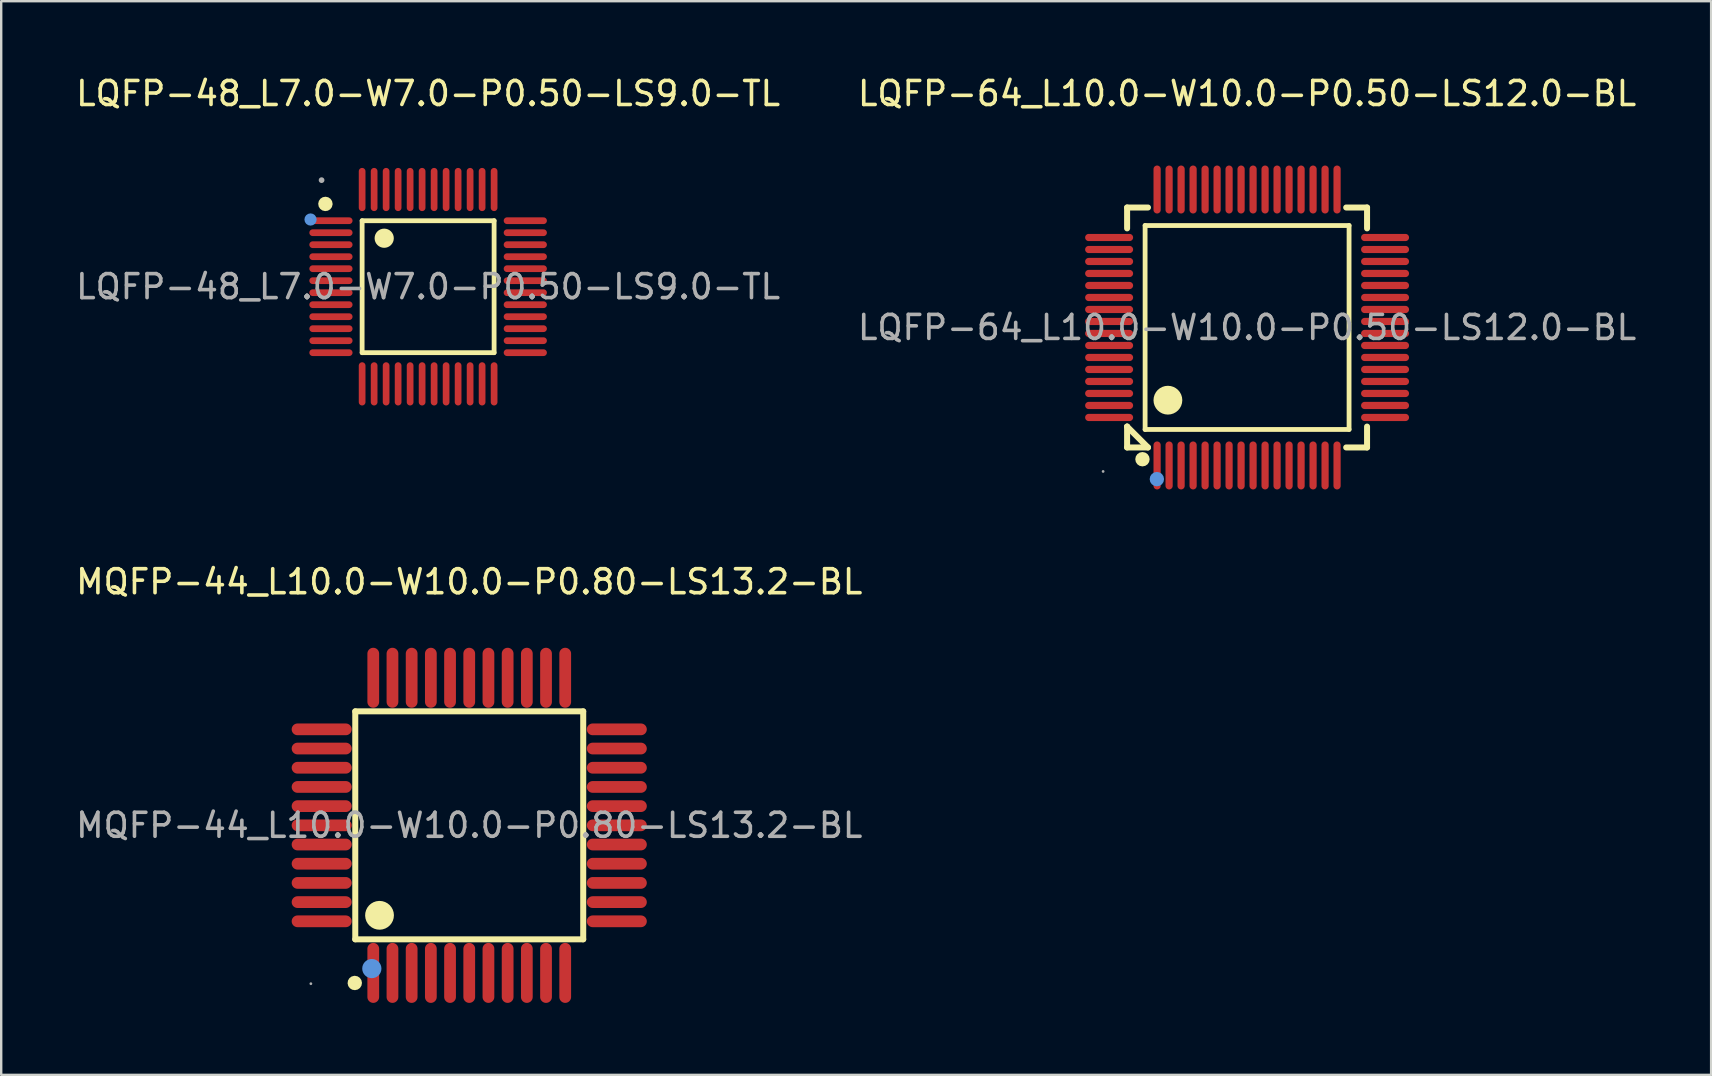
<source format=kicad_pcb>
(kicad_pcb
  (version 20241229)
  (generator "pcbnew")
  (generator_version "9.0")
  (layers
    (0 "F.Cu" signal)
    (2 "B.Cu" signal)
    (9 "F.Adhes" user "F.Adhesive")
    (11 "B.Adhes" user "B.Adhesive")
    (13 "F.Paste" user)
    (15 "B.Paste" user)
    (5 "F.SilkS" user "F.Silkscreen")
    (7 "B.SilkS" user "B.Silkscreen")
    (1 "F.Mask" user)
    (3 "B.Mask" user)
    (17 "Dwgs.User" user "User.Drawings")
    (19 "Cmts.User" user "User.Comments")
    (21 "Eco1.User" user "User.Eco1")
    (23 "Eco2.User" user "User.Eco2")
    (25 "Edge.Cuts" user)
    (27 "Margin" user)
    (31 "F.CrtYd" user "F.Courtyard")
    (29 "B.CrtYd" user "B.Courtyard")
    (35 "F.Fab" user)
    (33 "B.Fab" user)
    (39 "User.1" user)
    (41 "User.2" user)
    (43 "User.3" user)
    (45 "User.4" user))
  (footprint "MQFP-44_L10.0-W10.0-P0.80-LS13.2-BL"
    (layer "F.Cu")
    (at 16.506 31.346)
    (property "Reference" "MQFP-44_L10.0-W10.0-P0.80-LS13.2-BL" (at 0 -10.15 0) (layer "F.SilkS") (effects (font (size 1 1) (thickness 0.15))))
    (attr through_hole)
    (fp_line (start -4.75 -4.75) (end 4.75 -4.75) (stroke (width 0.25) (type solid)) (layer "F.SilkS"))
    (fp_line (start -4.75 4.75) (end -4.75 -4.75) (stroke (width 0.25) (type solid)) (layer "F.SilkS"))
    (fp_line (start 4.75 -4.75) (end 4.75 4.75) (stroke (width 0.25) (type solid)) (layer "F.SilkS"))
    (fp_line (start 4.75 4.75) (end -4.75 4.75) (stroke (width 0.25) (type solid)) (layer "F.SilkS"))
    (fp_arc (start -4.77 6.42) (mid -4.765001 6.719917) (end -4.779993 6.420333) (stroke (width 0.3) (type solid)) (layer "F.SilkS"))
    (fp_arc (start -3.74 3.45) (mid -3.735 4.049958) (end -3.749999 3.450167) (stroke (width 0.6) (type solid)) (layer "F.SilkS"))
    (fp_circle (center -4.06 5.97) (end -3.86 5.97) (stroke (width 0.4) (type solid)) (fill no) (layer "Cmts.User"))
    (fp_circle (center -6.6 6.6) (end -6.57 6.6) (stroke (width 0.06) (type solid)) (fill no) (layer "F.Fab"))
    (fp_text user "${REFERENCE}" (at 0 0 0) (layer "F.Fab") (effects (font (size 1 1) (thickness 0.15))))
    (pad "1" smd oval (at -4 6.15) (size 0.49 2.5) (layers "F.Cu" "F.Mask" "F.Paste"))
    (pad "2" smd oval (at -3.2 6.15) (size 0.49 2.5) (layers "F.Cu" "F.Mask" "F.Paste"))
    (pad "3" smd oval (at -2.4 6.15) (size 0.49 2.5) (layers "F.Cu" "F.Mask" "F.Paste"))
    (pad "4" smd oval (at -1.6 6.15) (size 0.49 2.5) (layers "F.Cu" "F.Mask" "F.Paste"))
    (pad "5" smd oval (at -0.8 6.15) (size 0.49 2.5) (layers "F.Cu" "F.Mask" "F.Paste"))
    (pad "6" smd oval (at 0 6.15) (size 0.49 2.5) (layers "F.Cu" "F.Mask" "F.Paste"))
    (pad "7" smd oval (at 0.8 6.15) (size 0.49 2.5) (layers "F.Cu" "F.Mask" "F.Paste"))
    (pad "8" smd oval (at 1.6 6.15) (size 0.49 2.5) (layers "F.Cu" "F.Mask" "F.Paste"))
    (pad "9" smd oval (at 2.4 6.15) (size 0.49 2.5) (layers "F.Cu" "F.Mask" "F.Paste"))
    (pad "10" smd oval (at 3.2 6.15) (size 0.49 2.5) (layers "F.Cu" "F.Mask" "F.Paste"))
    (pad "11" smd oval (at 4 6.15) (size 0.49 2.5) (layers "F.Cu" "F.Mask" "F.Paste"))
    (pad "12" smd oval (at 6.15 4) (size 2.5 0.49) (layers "F.Cu" "F.Mask" "F.Paste"))
    (pad "13" smd oval (at 6.15 3.2) (size 2.5 0.49) (layers "F.Cu" "F.Mask" "F.Paste"))
    (pad "14" smd oval (at 6.15 2.4) (size 2.5 0.49) (layers "F.Cu" "F.Mask" "F.Paste"))
    (pad "15" smd oval (at 6.15 1.6) (size 2.5 0.49) (layers "F.Cu" "F.Mask" "F.Paste"))
    (pad "16" smd oval (at 6.15 0.8) (size 2.5 0.49) (layers "F.Cu" "F.Mask" "F.Paste"))
    (pad "17" smd oval (at 6.15 0) (size 2.5 0.49) (layers "F.Cu" "F.Mask" "F.Paste"))
    (pad "18" smd oval (at 6.15 -0.8) (size 2.5 0.49) (layers "F.Cu" "F.Mask" "F.Paste"))
    (pad "19" smd oval (at 6.15 -1.6) (size 2.5 0.49) (layers "F.Cu" "F.Mask" "F.Paste"))
    (pad "20" smd oval (at 6.15 -2.4) (size 2.5 0.49) (layers "F.Cu" "F.Mask" "F.Paste"))
    (pad "21" smd oval (at 6.15 -3.2) (size 2.5 0.49) (layers "F.Cu" "F.Mask" "F.Paste"))
    (pad "22" smd oval (at 6.15 -4) (size 2.5 0.49) (layers "F.Cu" "F.Mask" "F.Paste"))
    (pad "23" smd oval (at 4 -6.15) (size 0.49 2.5) (layers "F.Cu" "F.Mask" "F.Paste"))
    (pad "24" smd oval (at 3.2 -6.15) (size 0.49 2.5) (layers "F.Cu" "F.Mask" "F.Paste"))
    (pad "25" smd oval (at 2.4 -6.15) (size 0.49 2.5) (layers "F.Cu" "F.Mask" "F.Paste"))
    (pad "26" smd oval (at 1.6 -6.15) (size 0.49 2.5) (layers "F.Cu" "F.Mask" "F.Paste"))
    (pad "27" smd oval (at 0.8 -6.15) (size 0.49 2.5) (layers "F.Cu" "F.Mask" "F.Paste"))
    (pad "28" smd oval (at 0 -6.15) (size 0.49 2.5) (layers "F.Cu" "F.Mask" "F.Paste"))
    (pad "29" smd oval (at -0.8 -6.15) (size 0.49 2.5) (layers "F.Cu" "F.Mask" "F.Paste"))
    (pad "30" smd oval (at -1.6 -6.15) (size 0.49 2.5) (layers "F.Cu" "F.Mask" "F.Paste"))
    (pad "31" smd oval (at -2.4 -6.15) (size 0.49 2.5) (layers "F.Cu" "F.Mask" "F.Paste"))
    (pad "32" smd oval (at -3.2 -6.15) (size 0.49 2.5) (layers "F.Cu" "F.Mask" "F.Paste"))
    (pad "33" smd oval (at -4 -6.15) (size 0.49 2.5) (layers "F.Cu" "F.Mask" "F.Paste"))
    (pad "34" smd oval (at -6.15 -4) (size 2.5 0.49) (layers "F.Cu" "F.Mask" "F.Paste"))
    (pad "35" smd oval (at -6.15 -3.2) (size 2.5 0.49) (layers "F.Cu" "F.Mask" "F.Paste"))
    (pad "36" smd oval (at -6.15 -2.4) (size 2.5 0.49) (layers "F.Cu" "F.Mask" "F.Paste"))
    (pad "37" smd oval (at -6.15 -1.6) (size 2.5 0.49) (layers "F.Cu" "F.Mask" "F.Paste"))
    (pad "38" smd oval (at -6.15 -0.8) (size 2.5 0.49) (layers "F.Cu" "F.Mask" "F.Paste"))
    (pad "39" smd oval (at -6.15 0) (size 2.5 0.49) (layers "F.Cu" "F.Mask" "F.Paste"))
    (pad "40" smd oval (at -6.15 0.8) (size 2.5 0.49) (layers "F.Cu" "F.Mask" "F.Paste"))
    (pad "41" smd oval (at -6.15 1.6) (size 2.5 0.49) (layers "F.Cu" "F.Mask" "F.Paste"))
    (pad "42" smd oval (at -6.15 2.4) (size 2.5 0.49) (layers "F.Cu" "F.Mask" "F.Paste"))
    (pad "43" smd oval (at -6.15 3.2) (size 2.5 0.49) (layers "F.Cu" "F.Mask" "F.Paste"))
    (pad "44" smd oval (at -6.15 4) (size 2.5 0.49) (layers "F.Cu" "F.Mask" "F.Paste")))
  (footprint "LQFP-48_L7.0-W7.0-P0.50-LS9.0-TL"
    (layer "F.Cu")
    (at 14.792 8.898)
    (property "Reference" "LQFP-48_L7.0-W7.0-P0.50-LS9.0-TL" (at 0 -8.05 0) (layer "F.SilkS") (effects (font (size 1 1) (thickness 0.15))))
    (attr through_hole)
    (fp_line (start -2.75 -2.75) (end 2.75 -2.75) (stroke (width 0.2) (type solid)) (layer "F.SilkS"))
    (fp_line (start -2.75 2.75) (end -2.75 -2.75) (stroke (width 0.2) (type solid)) (layer "F.SilkS"))
    (fp_line (start 2.75 -2.75) (end 2.75 2.75) (stroke (width 0.2) (type solid)) (layer "F.SilkS"))
    (fp_line (start 2.75 2.75) (end -2.75 2.75) (stroke (width 0.2) (type solid)) (layer "F.SilkS"))
    (fp_arc (start -4.13 -3.44) (mid -4.43025 -3.454995) (end -4.129667 -3.450016) (stroke (width 0.3) (type solid)) (layer "F.SilkS"))
    (fp_arc (start -1.83 -2.02) (mid -1.83 -2.02) (end -1.83 -2.02) (stroke (width 0.4) (type solid)) (layer "F.SilkS"))
    (fp_circle (center -4.9 -2.8) (end -4.77 -2.8) (stroke (width 0.25) (type solid)) (fill no) (layer "Cmts.User"))
    (fp_circle (center -4.44 -4.44) (end -4.38 -4.44) (stroke (width 0.12) (type solid)) (fill no) (layer "F.Fab"))
    (fp_text user "${REFERENCE}" (at 0 0 0) (layer "F.Fab") (effects (font (size 1 1) (thickness 0.15))))
    (pad "1" smd oval (at -4.05 -2.75 90) (size 0.28 1.8) (layers "F.Cu" "F.Mask" "F.Paste"))
    (pad "2" smd oval (at -4.05 -2.25 90) (size 0.28 1.8) (layers "F.Cu" "F.Mask" "F.Paste"))
    (pad "3" smd oval (at -4.05 -1.75 90) (size 0.28 1.8) (layers "F.Cu" "F.Mask" "F.Paste"))
    (pad "4" smd oval (at -4.05 -1.25 90) (size 0.28 1.8) (layers "F.Cu" "F.Mask" "F.Paste"))
    (pad "5" smd oval (at -4.05 -0.75 90) (size 0.28 1.8) (layers "F.Cu" "F.Mask" "F.Paste"))
    (pad "6" smd oval (at -4.05 -0.25 90) (size 0.28 1.8) (layers "F.Cu" "F.Mask" "F.Paste"))
    (pad "7" smd oval (at -4.05 0.25 90) (size 0.28 1.8) (layers "F.Cu" "F.Mask" "F.Paste"))
    (pad "8" smd oval (at -4.05 0.75 90) (size 0.28 1.8) (layers "F.Cu" "F.Mask" "F.Paste"))
    (pad "9" smd oval (at -4.05 1.25 90) (size 0.28 1.8) (layers "F.Cu" "F.Mask" "F.Paste"))
    (pad "10" smd oval (at -4.05 1.75 90) (size 0.28 1.8) (layers "F.Cu" "F.Mask" "F.Paste"))
    (pad "11" smd oval (at -4.05 2.25 90) (size 0.28 1.8) (layers "F.Cu" "F.Mask" "F.Paste"))
    (pad "12" smd oval (at -4.05 2.75 90) (size 0.28 1.8) (layers "F.Cu" "F.Mask" "F.Paste"))
    (pad "13" smd oval (at -2.75 4.05) (size 0.28 1.8) (layers "F.Cu" "F.Mask" "F.Paste"))
    (pad "14" smd oval (at -2.25 4.05) (size 0.28 1.8) (layers "F.Cu" "F.Mask" "F.Paste"))
    (pad "15" smd oval (at -1.75 4.05) (size 0.28 1.8) (layers "F.Cu" "F.Mask" "F.Paste"))
    (pad "16" smd oval (at -1.25 4.05) (size 0.28 1.8) (layers "F.Cu" "F.Mask" "F.Paste"))
    (pad "17" smd oval (at -0.75 4.05) (size 0.28 1.8) (layers "F.Cu" "F.Mask" "F.Paste"))
    (pad "18" smd oval (at -0.25 4.05) (size 0.28 1.8) (layers "F.Cu" "F.Mask" "F.Paste"))
    (pad "19" smd oval (at 0.25 4.05) (size 0.28 1.8) (layers "F.Cu" "F.Mask" "F.Paste"))
    (pad "20" smd oval (at 0.75 4.05) (size 0.28 1.8) (layers "F.Cu" "F.Mask" "F.Paste"))
    (pad "21" smd oval (at 1.25 4.05) (size 0.28 1.8) (layers "F.Cu" "F.Mask" "F.Paste"))
    (pad "22" smd oval (at 1.75 4.05) (size 0.28 1.8) (layers "F.Cu" "F.Mask" "F.Paste"))
    (pad "23" smd oval (at 2.25 4.05) (size 0.28 1.8) (layers "F.Cu" "F.Mask" "F.Paste"))
    (pad "24" smd oval (at 2.75 4.05) (size 0.28 1.8) (layers "F.Cu" "F.Mask" "F.Paste"))
    (pad "25" smd oval (at 4.05 2.75 90) (size 0.28 1.8) (layers "F.Cu" "F.Mask" "F.Paste"))
    (pad "26" smd oval (at 4.05 2.25 90) (size 0.28 1.8) (layers "F.Cu" "F.Mask" "F.Paste"))
    (pad "27" smd oval (at 4.05 1.75 90) (size 0.28 1.8) (layers "F.Cu" "F.Mask" "F.Paste"))
    (pad "28" smd oval (at 4.05 1.25 90) (size 0.28 1.8) (layers "F.Cu" "F.Mask" "F.Paste"))
    (pad "29" smd oval (at 4.05 0.75 90) (size 0.28 1.8) (layers "F.Cu" "F.Mask" "F.Paste"))
    (pad "30" smd oval (at 4.05 0.25 90) (size 0.28 1.8) (layers "F.Cu" "F.Mask" "F.Paste"))
    (pad "31" smd oval (at 4.05 -0.25 90) (size 0.28 1.8) (layers "F.Cu" "F.Mask" "F.Paste"))
    (pad "32" smd oval (at 4.05 -0.75 90) (size 0.28 1.8) (layers "F.Cu" "F.Mask" "F.Paste"))
    (pad "33" smd oval (at 4.05 -1.25 90) (size 0.28 1.8) (layers "F.Cu" "F.Mask" "F.Paste"))
    (pad "34" smd oval (at 4.05 -1.75 90) (size 0.28 1.8) (layers "F.Cu" "F.Mask" "F.Paste"))
    (pad "35" smd oval (at 4.05 -2.25 90) (size 0.28 1.8) (layers "F.Cu" "F.Mask" "F.Paste"))
    (pad "36" smd oval (at 4.05 -2.75 90) (size 0.28 1.8) (layers "F.Cu" "F.Mask" "F.Paste"))
    (pad "37" smd oval (at 2.75 -4.05) (size 0.28 1.8) (layers "F.Cu" "F.Mask" "F.Paste"))
    (pad "38" smd oval (at 2.25 -4.05) (size 0.28 1.8) (layers "F.Cu" "F.Mask" "F.Paste"))
    (pad "39" smd oval (at 1.75 -4.05) (size 0.28 1.8) (layers "F.Cu" "F.Mask" "F.Paste"))
    (pad "40" smd oval (at 1.25 -4.05) (size 0.28 1.8) (layers "F.Cu" "F.Mask" "F.Paste"))
    (pad "41" smd oval (at 0.75 -4.05) (size 0.28 1.8) (layers "F.Cu" "F.Mask" "F.Paste"))
    (pad "42" smd oval (at 0.25 -4.05) (size 0.28 1.8) (layers "F.Cu" "F.Mask" "F.Paste"))
    (pad "43" smd oval (at -0.25 -4.05) (size 0.28 1.8) (layers "F.Cu" "F.Mask" "F.Paste"))
    (pad "44" smd oval (at -0.75 -4.05) (size 0.28 1.8) (layers "F.Cu" "F.Mask" "F.Paste"))
    (pad "45" smd oval (at -1.25 -4.05) (size 0.28 1.8) (layers "F.Cu" "F.Mask" "F.Paste"))
    (pad "46" smd oval (at -1.75 -4.05) (size 0.28 1.8) (layers "F.Cu" "F.Mask" "F.Paste"))
    (pad "47" smd oval (at -2.25 -4.05) (size 0.28 1.8) (layers "F.Cu" "F.Mask" "F.Paste"))
    (pad "48" smd oval (at -2.75 -4.05) (size 0.28 1.8) (layers "F.Cu" "F.Mask" "F.Paste")))
  (footprint "LQFP-64_L10.0-W10.0-P0.50-LS12.0-BL"
    (layer "F.Cu")
    (at 48.923 10.598)
    (property "Reference" "LQFP-64_L10.0-W10.0-P0.50-LS12.0-BL" (at 0 -9.75 0) (layer "F.SilkS") (effects (font (size 1 1) (thickness 0.15))))
    (attr through_hole)
    (fp_line (start -5 -5) (end -4.13 -5) (stroke (width 0.25) (type solid)) (layer "F.SilkS"))
    (fp_line (start -5 -4.13) (end -5 -5) (stroke (width 0.25) (type solid)) (layer "F.SilkS"))
    (fp_line (start -5 4.13) (end -5 4.13) (stroke (width 0.25) (type solid)) (layer "F.SilkS"))
    (fp_line (start -5 4.13) (end -4.13 5) (stroke (width 0.25) (type solid)) (layer "F.SilkS"))
    (fp_line (start -5 5) (end -5 4.13) (stroke (width 0.25) (type solid)) (layer "F.SilkS"))
    (fp_line (start -4.25 -4.25) (end -4.25 4.25) (stroke (width 0.2) (type solid)) (layer "F.SilkS"))
    (fp_line (start -4.25 4.25) (end 4.25 4.25) (stroke (width 0.2) (type solid)) (layer "F.SilkS"))
    (fp_line (start -4.13 5) (end -5 5) (stroke (width 0.25) (type solid)) (layer "F.SilkS"))
    (fp_line (start 4.25 -4.25) (end -4.25 -4.25) (stroke (width 0.2) (type solid)) (layer "F.SilkS"))
    (fp_line (start 4.25 4.25) (end 4.25 -4.25) (stroke (width 0.2) (type solid)) (layer "F.SilkS"))
    (fp_line (start 5 -5) (end 4.13 -5) (stroke (width 0.25) (type solid)) (layer "F.SilkS"))
    (fp_line (start 5 -5) (end 5 -4.13) (stroke (width 0.25) (type solid)) (layer "F.SilkS"))
    (fp_line (start 5 4.13) (end 5 5) (stroke (width 0.25) (type solid)) (layer "F.SilkS"))
    (fp_line (start 5 5) (end 4.13 5) (stroke (width 0.25) (type solid)) (layer "F.SilkS"))
    (fp_arc (start -4.36 5.49) (mid -4.36 5.49) (end -4.36 5.49) (stroke (width 0.3) (type solid)) (layer "F.SilkS"))
    (fp_arc (start -3.3 3.03) (mid -3.3 3.03) (end -3.3 3.03) (stroke (width 0.6) (type solid)) (layer "F.SilkS"))
    (fp_circle (center -3.76 6.32) (end -3.61 6.32) (stroke (width 0.3) (type solid)) (fill no) (layer "Cmts.User"))
    (fp_circle (center -6 6) (end -5.97 6) (stroke (width 0.06) (type solid)) (fill no) (layer "F.Fab"))
    (fp_text user "${REFERENCE}" (at 0 0 0) (layer "F.Fab") (effects (font (size 1 1) (thickness 0.15))))
    (pad "1" smd oval (at -3.75 5.75) (size 0.3 2) (layers "F.Cu" "F.Mask" "F.Paste"))
    (pad "2" smd oval (at -3.25 5.75) (size 0.3 2) (layers "F.Cu" "F.Mask" "F.Paste"))
    (pad "3" smd oval (at -2.75 5.75) (size 0.3 2) (layers "F.Cu" "F.Mask" "F.Paste"))
    (pad "4" smd oval (at -2.25 5.75) (size 0.3 2) (layers "F.Cu" "F.Mask" "F.Paste"))
    (pad "5" smd oval (at -1.75 5.75) (size 0.3 2) (layers "F.Cu" "F.Mask" "F.Paste"))
    (pad "6" smd oval (at -1.25 5.75) (size 0.3 2) (layers "F.Cu" "F.Mask" "F.Paste"))
    (pad "7" smd oval (at -0.75 5.75) (size 0.3 2) (layers "F.Cu" "F.Mask" "F.Paste"))
    (pad "8" smd oval (at -0.25 5.75) (size 0.3 2) (layers "F.Cu" "F.Mask" "F.Paste"))
    (pad "9" smd oval (at 0.25 5.75) (size 0.3 2) (layers "F.Cu" "F.Mask" "F.Paste"))
    (pad "10" smd oval (at 0.75 5.75) (size 0.3 2) (layers "F.Cu" "F.Mask" "F.Paste"))
    (pad "11" smd oval (at 1.25 5.75) (size 0.3 2) (layers "F.Cu" "F.Mask" "F.Paste"))
    (pad "12" smd oval (at 1.75 5.75) (size 0.3 2) (layers "F.Cu" "F.Mask" "F.Paste"))
    (pad "13" smd oval (at 2.25 5.75) (size 0.3 2) (layers "F.Cu" "F.Mask" "F.Paste"))
    (pad "14" smd oval (at 2.75 5.75) (size 0.3 2) (layers "F.Cu" "F.Mask" "F.Paste"))
    (pad "15" smd oval (at 3.25 5.75) (size 0.3 2) (layers "F.Cu" "F.Mask" "F.Paste"))
    (pad "16" smd oval (at 3.75 5.75) (size 0.3 2) (layers "F.Cu" "F.Mask" "F.Paste"))
    (pad "17" smd oval (at 5.75 3.75) (size 2 0.3) (layers "F.Cu" "F.Mask" "F.Paste"))
    (pad "18" smd oval (at 5.75 3.25) (size 2 0.3) (layers "F.Cu" "F.Mask" "F.Paste"))
    (pad "19" smd oval (at 5.75 2.75) (size 2 0.3) (layers "F.Cu" "F.Mask" "F.Paste"))
    (pad "20" smd oval (at 5.75 2.25) (size 2 0.3) (layers "F.Cu" "F.Mask" "F.Paste"))
    (pad "21" smd oval (at 5.75 1.75) (size 2 0.3) (layers "F.Cu" "F.Mask" "F.Paste"))
    (pad "22" smd oval (at 5.75 1.25) (size 2 0.3) (layers "F.Cu" "F.Mask" "F.Paste"))
    (pad "23" smd oval (at 5.75 0.75) (size 2 0.3) (layers "F.Cu" "F.Mask" "F.Paste"))
    (pad "24" smd oval (at 5.75 0.25) (size 2 0.3) (layers "F.Cu" "F.Mask" "F.Paste"))
    (pad "25" smd oval (at 5.75 -0.25) (size 2 0.3) (layers "F.Cu" "F.Mask" "F.Paste"))
    (pad "26" smd oval (at 5.75 -0.75) (size 2 0.3) (layers "F.Cu" "F.Mask" "F.Paste"))
    (pad "27" smd oval (at 5.75 -1.25) (size 2 0.3) (layers "F.Cu" "F.Mask" "F.Paste"))
    (pad "28" smd oval (at 5.75 -1.75) (size 2 0.3) (layers "F.Cu" "F.Mask" "F.Paste"))
    (pad "29" smd oval (at 5.75 -2.25) (size 2 0.3) (layers "F.Cu" "F.Mask" "F.Paste"))
    (pad "30" smd oval (at 5.75 -2.75) (size 2 0.3) (layers "F.Cu" "F.Mask" "F.Paste"))
    (pad "31" smd oval (at 5.75 -3.25) (size 2 0.3) (layers "F.Cu" "F.Mask" "F.Paste"))
    (pad "32" smd oval (at 5.75 -3.75) (size 2 0.3) (layers "F.Cu" "F.Mask" "F.Paste"))
    (pad "33" smd oval (at 3.75 -5.75) (size 0.3 2) (layers "F.Cu" "F.Mask" "F.Paste"))
    (pad "34" smd oval (at 3.25 -5.75) (size 0.3 2) (layers "F.Cu" "F.Mask" "F.Paste"))
    (pad "35" smd oval (at 2.75 -5.75) (size 0.3 2) (layers "F.Cu" "F.Mask" "F.Paste"))
    (pad "36" smd oval (at 2.25 -5.75) (size 0.3 2) (layers "F.Cu" "F.Mask" "F.Paste"))
    (pad "37" smd oval (at 1.75 -5.75) (size 0.3 2) (layers "F.Cu" "F.Mask" "F.Paste"))
    (pad "38" smd oval (at 1.25 -5.75) (size 0.3 2) (layers "F.Cu" "F.Mask" "F.Paste"))
    (pad "39" smd oval (at 0.75 -5.75) (size 0.3 2) (layers "F.Cu" "F.Mask" "F.Paste"))
    (pad "40" smd oval (at 0.25 -5.75) (size 0.3 2) (layers "F.Cu" "F.Mask" "F.Paste"))
    (pad "41" smd oval (at -0.25 -5.75) (size 0.3 2) (layers "F.Cu" "F.Mask" "F.Paste"))
    (pad "42" smd oval (at -0.75 -5.75) (size 0.3 2) (layers "F.Cu" "F.Mask" "F.Paste"))
    (pad "43" smd oval (at -1.25 -5.75) (size 0.3 2) (layers "F.Cu" "F.Mask" "F.Paste"))
    (pad "44" smd oval (at -1.75 -5.75) (size 0.3 2) (layers "F.Cu" "F.Mask" "F.Paste"))
    (pad "45" smd oval (at -2.25 -5.75) (size 0.3 2) (layers "F.Cu" "F.Mask" "F.Paste"))
    (pad "46" smd oval (at -2.75 -5.75) (size 0.3 2) (layers "F.Cu" "F.Mask" "F.Paste"))
    (pad "47" smd oval (at -3.25 -5.75) (size 0.3 2) (layers "F.Cu" "F.Mask" "F.Paste"))
    (pad "48" smd oval (at -3.75 -5.75) (size 0.3 2) (layers "F.Cu" "F.Mask" "F.Paste"))
    (pad "49" smd oval (at -5.75 -3.75) (size 2 0.3) (layers "F.Cu" "F.Mask" "F.Paste"))
    (pad "50" smd oval (at -5.75 -3.25) (size 2 0.3) (layers "F.Cu" "F.Mask" "F.Paste"))
    (pad "51" smd oval (at -5.75 -2.75) (size 2 0.3) (layers "F.Cu" "F.Mask" "F.Paste"))
    (pad "52" smd oval (at -5.75 -2.25) (size 2 0.3) (layers "F.Cu" "F.Mask" "F.Paste"))
    (pad "53" smd oval (at -5.75 -1.75) (size 2 0.3) (layers "F.Cu" "F.Mask" "F.Paste"))
    (pad "54" smd oval (at -5.75 -1.25) (size 2 0.3) (layers "F.Cu" "F.Mask" "F.Paste"))
    (pad "55" smd oval (at -5.75 -0.75) (size 2 0.3) (layers "F.Cu" "F.Mask" "F.Paste"))
    (pad "56" smd oval (at -5.75 -0.25) (size 2 0.3) (layers "F.Cu" "F.Mask" "F.Paste"))
    (pad "57" smd oval (at -5.75 0.25) (size 2 0.3) (layers "F.Cu" "F.Mask" "F.Paste"))
    (pad "58" smd oval (at -5.75 0.75) (size 2 0.3) (layers "F.Cu" "F.Mask" "F.Paste"))
    (pad "59" smd oval (at -5.75 1.25) (size 2 0.3) (layers "F.Cu" "F.Mask" "F.Paste"))
    (pad "60" smd oval (at -5.75 1.75) (size 2 0.3) (layers "F.Cu" "F.Mask" "F.Paste"))
    (pad "61" smd oval (at -5.75 2.25) (size 2 0.3) (layers "F.Cu" "F.Mask" "F.Paste"))
    (pad "62" smd oval (at -5.75 2.75) (size 2 0.3) (layers "F.Cu" "F.Mask" "F.Paste"))
    (pad "63" smd oval (at -5.75 3.25) (size 2 0.3) (layers "F.Cu" "F.Mask" "F.Paste"))
    (pad "64" smd oval (at -5.75 3.75) (size 2 0.3) (layers "F.Cu" "F.Mask" "F.Paste")))
  (gr_rect
    (start -3 -3)
    (end 68.262 41.746)
    (stroke (width 0.1) (type default))
    (fill no)
    (layer "Edge.Cuts")))
</source>
